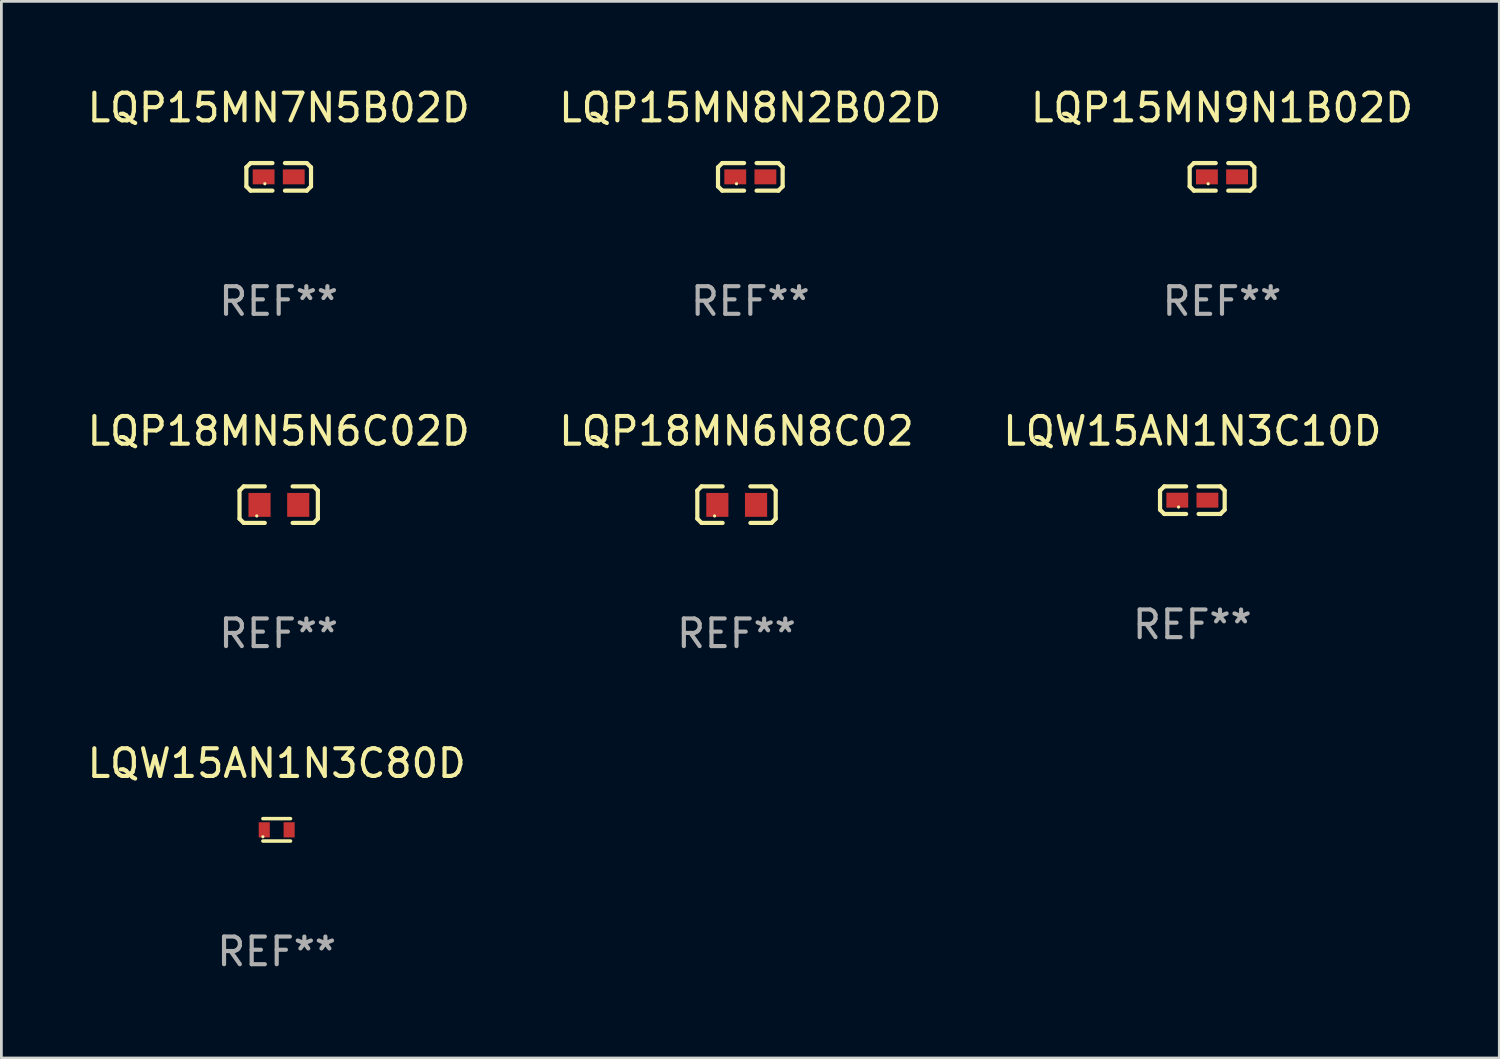
<source format=kicad_pcb>
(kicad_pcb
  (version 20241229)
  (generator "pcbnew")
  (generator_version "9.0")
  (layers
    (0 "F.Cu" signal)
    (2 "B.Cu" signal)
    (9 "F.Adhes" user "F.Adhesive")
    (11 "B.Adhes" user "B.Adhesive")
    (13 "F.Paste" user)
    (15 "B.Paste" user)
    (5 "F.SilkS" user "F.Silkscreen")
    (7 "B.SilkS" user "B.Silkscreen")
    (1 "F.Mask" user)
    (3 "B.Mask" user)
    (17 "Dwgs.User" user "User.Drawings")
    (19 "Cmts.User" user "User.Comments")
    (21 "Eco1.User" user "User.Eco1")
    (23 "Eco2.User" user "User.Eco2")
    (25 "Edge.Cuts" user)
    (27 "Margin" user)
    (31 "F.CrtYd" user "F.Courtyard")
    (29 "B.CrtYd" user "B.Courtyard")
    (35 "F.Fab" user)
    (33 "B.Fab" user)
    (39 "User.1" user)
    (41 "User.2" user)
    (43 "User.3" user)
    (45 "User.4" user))
  (footprint "LQP15MN7N5B02D"
    (layer "F.Cu")
    (at 7.03 3.347)
    (property "Reference" "LQP15MN7N5B02D" (at 0 -2.499 0) (layer "F.SilkS") (effects (font (size 1 1) (thickness 0.15))))
    (attr through_hole)
    (fp_line (start -1.169 -0.346) (end -1.016 -0.499) (stroke (width 0.152) (type solid)) (layer "F.SilkS"))
    (fp_line (start -1.169 0.346) (end -1.169 -0.346) (stroke (width 0.152) (type solid)) (layer "F.SilkS"))
    (fp_line (start -1.016 -0.499) (end -0.226 -0.499) (stroke (width 0.152) (type solid)) (layer "F.SilkS"))
    (fp_line (start -1.016 0.499) (end -1.169 0.346) (stroke (width 0.152) (type solid)) (layer "F.SilkS"))
    (fp_line (start -0.226 0.499) (end -1.016 0.499) (stroke (width 0.152) (type solid)) (layer "F.SilkS"))
    (fp_line (start 0.226 0.499) (end 1.016 0.499) (stroke (width 0.152) (type solid)) (layer "F.SilkS"))
    (fp_line (start 1.016 -0.499) (end 0.226 -0.499) (stroke (width 0.152) (type solid)) (layer "F.SilkS"))
    (fp_line (start 1.016 0.499) (end 1.169 0.346) (stroke (width 0.152) (type solid)) (layer "F.SilkS"))
    (fp_line (start 1.169 -0.346) (end 1.016 -0.499) (stroke (width 0.152) (type solid)) (layer "F.SilkS"))
    (fp_line (start 1.169 0.346) (end 1.169 -0.346) (stroke (width 0.152) (type solid)) (layer "F.SilkS"))
    (fp_circle (center -0.5 0.25) (end -0.47 0.25) (stroke (width 0.06) (type solid)) (fill no) (layer "F.SilkS"))
    (fp_text user "REF**" (at 0 4.499 0) (layer "F.Fab") (effects (font (size 1 1) (thickness 0.15))))
    (pad "1" smd rect (at -0.545 0) (size 0.79 0.54) (layers "F.Cu" "F.Mask" "F.Paste"))
    (pad "2" smd rect (at 0.545 0) (size 0.79 0.54) (layers "F.Cu" "F.Mask" "F.Paste")))
  (footprint "LQP15MN8N2B02D"
    (layer "F.Cu")
    (at 24.089 3.347)
    (property "Reference" "LQP15MN8N2B02D" (at 0 -2.499 0) (layer "F.SilkS") (effects (font (size 1 1) (thickness 0.15))))
    (attr through_hole)
    (fp_line (start -1.169 -0.346) (end -1.016 -0.499) (stroke (width 0.152) (type solid)) (layer "F.SilkS"))
    (fp_line (start -1.169 0.346) (end -1.169 -0.346) (stroke (width 0.152) (type solid)) (layer "F.SilkS"))
    (fp_line (start -1.016 -0.499) (end -0.226 -0.499) (stroke (width 0.152) (type solid)) (layer "F.SilkS"))
    (fp_line (start -1.016 0.499) (end -1.169 0.346) (stroke (width 0.152) (type solid)) (layer "F.SilkS"))
    (fp_line (start -0.226 0.499) (end -1.016 0.499) (stroke (width 0.152) (type solid)) (layer "F.SilkS"))
    (fp_line (start 0.226 0.499) (end 1.016 0.499) (stroke (width 0.152) (type solid)) (layer "F.SilkS"))
    (fp_line (start 1.016 -0.499) (end 0.226 -0.499) (stroke (width 0.152) (type solid)) (layer "F.SilkS"))
    (fp_line (start 1.016 0.499) (end 1.169 0.346) (stroke (width 0.152) (type solid)) (layer "F.SilkS"))
    (fp_line (start 1.169 -0.346) (end 1.016 -0.499) (stroke (width 0.152) (type solid)) (layer "F.SilkS"))
    (fp_line (start 1.169 0.346) (end 1.169 -0.346) (stroke (width 0.152) (type solid)) (layer "F.SilkS"))
    (fp_circle (center -0.5 0.25) (end -0.47 0.25) (stroke (width 0.06) (type solid)) (fill no) (layer "F.SilkS"))
    (fp_text user "REF**" (at 0 4.499 0) (layer "F.Fab") (effects (font (size 1 1) (thickness 0.15))))
    (pad "1" smd rect (at -0.545 0) (size 0.79 0.54) (layers "F.Cu" "F.Mask" "F.Paste"))
    (pad "2" smd rect (at 0.545 0) (size 0.79 0.54) (layers "F.Cu" "F.Mask" "F.Paste")))
  (footprint "LQW15AN1N3C10D"
    (layer "F.Cu")
    (at 40.077 15.041)
    (property "Reference" "LQW15AN1N3C10D" (at 0 -2.499 0) (layer "F.SilkS") (effects (font (size 1 1) (thickness 0.15))))
    (attr through_hole)
    (fp_line (start -1.169 -0.346) (end -1.016 -0.499) (stroke (width 0.152) (type solid)) (layer "F.SilkS"))
    (fp_line (start -1.169 0.346) (end -1.169 -0.346) (stroke (width 0.152) (type solid)) (layer "F.SilkS"))
    (fp_line (start -1.016 -0.499) (end -0.226 -0.499) (stroke (width 0.152) (type solid)) (layer "F.SilkS"))
    (fp_line (start -1.016 0.499) (end -1.169 0.346) (stroke (width 0.152) (type solid)) (layer "F.SilkS"))
    (fp_line (start -0.226 0.499) (end -1.016 0.499) (stroke (width 0.152) (type solid)) (layer "F.SilkS"))
    (fp_line (start 0.226 0.499) (end 1.016 0.499) (stroke (width 0.152) (type solid)) (layer "F.SilkS"))
    (fp_line (start 1.016 -0.499) (end 0.226 -0.499) (stroke (width 0.152) (type solid)) (layer "F.SilkS"))
    (fp_line (start 1.016 0.499) (end 1.169 0.346) (stroke (width 0.152) (type solid)) (layer "F.SilkS"))
    (fp_line (start 1.169 -0.346) (end 1.016 -0.499) (stroke (width 0.152) (type solid)) (layer "F.SilkS"))
    (fp_line (start 1.169 0.346) (end 1.169 -0.346) (stroke (width 0.152) (type solid)) (layer "F.SilkS"))
    (fp_circle (center -0.5 0.25) (end -0.47 0.25) (stroke (width 0.06) (type solid)) (fill no) (layer "F.SilkS"))
    (fp_text user "REF**" (at 0 4.499 0) (layer "F.Fab") (effects (font (size 1 1) (thickness 0.15))))
    (pad "1" smd rect (at -0.545 0) (size 0.79 0.54) (layers "F.Cu" "F.Mask" "F.Paste"))
    (pad "2" smd rect (at 0.545 0) (size 0.79 0.54) (layers "F.Cu" "F.Mask" "F.Paste")))
  (footprint "LQP18MN5N6C02D"
    (layer "F.Cu")
    (at 7.03 15.203)
    (property "Reference" "LQP18MN5N6C02D" (at 0 -2.661 0) (layer "F.SilkS") (effects (font (size 1 1) (thickness 0.15))))
    (attr through_hole)
    (fp_line (start -1.417 -0.508) (end -1.265 -0.661) (stroke (width 0.152) (type solid)) (layer "F.SilkS"))
    (fp_line (start -1.417 0.508) (end -1.417 -0.508) (stroke (width 0.152) (type solid)) (layer "F.SilkS"))
    (fp_line (start -1.265 -0.661) (end -0.503 -0.661) (stroke (width 0.152) (type solid)) (layer "F.SilkS"))
    (fp_line (start -1.265 0.661) (end -1.417 0.508) (stroke (width 0.152) (type solid)) (layer "F.SilkS"))
    (fp_line (start -1.265 0.661) (end -0.503 0.661) (stroke (width 0.152) (type solid)) (layer "F.SilkS"))
    (fp_line (start 1.265 -0.661) (end 0.503 -0.661) (stroke (width 0.152) (type solid)) (layer "F.SilkS"))
    (fp_line (start 1.265 -0.661) (end 1.417 -0.508) (stroke (width 0.152) (type solid)) (layer "F.SilkS"))
    (fp_line (start 1.265 0.661) (end 0.503 0.661) (stroke (width 0.152) (type solid)) (layer "F.SilkS"))
    (fp_line (start 1.417 -0.508) (end 1.417 0.508) (stroke (width 0.152) (type solid)) (layer "F.SilkS"))
    (fp_line (start 1.417 0.508) (end 1.265 0.661) (stroke (width 0.152) (type solid)) (layer "F.SilkS"))
    (fp_circle (center -0.793 0.409) (end -0.763 0.409) (stroke (width 0.06) (type solid)) (fill no) (layer "F.SilkS"))
    (fp_text user "REF**" (at 0 4.661 0) (layer "F.Fab") (effects (font (size 1 1) (thickness 0.15))))
    (pad "1" smd rect (at -0.693 0.009 180) (size 0.8 0.864) (layers "F.Cu" "F.Mask" "F.Paste"))
    (pad "2" smd rect (at 0.707 0.009 180) (size 0.8 0.864) (layers "F.Cu" "F.Mask" "F.Paste")))
  (footprint "LQW15AN1N3C80D"
    (layer "F.Cu")
    (at 6.958 26.965)
    (property "Reference" "LQW15AN1N3C80D" (at 0 -2.405 0) (layer "F.SilkS") (effects (font (size 1 1) (thickness 0.15))))
    (attr through_hole)
    (fp_line (start -0.5 -0.405) (end 0.5 -0.405) (stroke (width 0.127) (type solid)) (layer "F.SilkS"))
    (fp_line (start -0.5 0.405) (end 0.5 0.405) (stroke (width 0.127) (type solid)) (layer "F.SilkS"))
    (fp_circle (center -0.5 0.25) (end -0.47 0.25) (stroke (width 0.06) (type solid)) (fill no) (layer "F.SilkS"))
    (fp_text user "REF**" (at 0 4.405 0) (layer "F.Fab") (effects (font (size 1 1) (thickness 0.15))))
    (pad "1" smd rect (at -0.45 0 90) (size 0.55 0.4) (layers "F.Cu" "F.Mask" "F.Paste"))
    (pad "2" smd rect (at 0.45 0 90) (size 0.55 0.4) (layers "F.Cu" "F.Mask" "F.Paste")))
  (footprint "LQP18MN6N8C02"
    (layer "F.Cu")
    (at 23.589 15.203)
    (property "Reference" "LQP18MN6N8C02" (at 0 -2.661 0) (layer "F.SilkS") (effects (font (size 1 1) (thickness 0.15))))
    (attr through_hole)
    (fp_line (start -1.417 -0.508) (end -1.265 -0.661) (stroke (width 0.152) (type solid)) (layer "F.SilkS"))
    (fp_line (start -1.417 0.508) (end -1.417 -0.508) (stroke (width 0.152) (type solid)) (layer "F.SilkS"))
    (fp_line (start -1.265 -0.661) (end -0.503 -0.661) (stroke (width 0.152) (type solid)) (layer "F.SilkS"))
    (fp_line (start -1.265 0.661) (end -1.417 0.508) (stroke (width 0.152) (type solid)) (layer "F.SilkS"))
    (fp_line (start -1.265 0.661) (end -0.503 0.661) (stroke (width 0.152) (type solid)) (layer "F.SilkS"))
    (fp_line (start 1.265 -0.661) (end 0.503 -0.661) (stroke (width 0.152) (type solid)) (layer "F.SilkS"))
    (fp_line (start 1.265 -0.661) (end 1.417 -0.508) (stroke (width 0.152) (type solid)) (layer "F.SilkS"))
    (fp_line (start 1.265 0.661) (end 0.503 0.661) (stroke (width 0.152) (type solid)) (layer "F.SilkS"))
    (fp_line (start 1.417 -0.508) (end 1.417 0.508) (stroke (width 0.152) (type solid)) (layer "F.SilkS"))
    (fp_line (start 1.417 0.508) (end 1.265 0.661) (stroke (width 0.152) (type solid)) (layer "F.SilkS"))
    (fp_circle (center -0.793 0.409) (end -0.763 0.409) (stroke (width 0.06) (type solid)) (fill no) (layer "F.SilkS"))
    (fp_text user "REF**" (at 0 4.661 0) (layer "F.Fab") (effects (font (size 1 1) (thickness 0.15))))
    (pad "1" smd rect (at -0.693 0.009 180) (size 0.8 0.864) (layers "F.Cu" "F.Mask" "F.Paste"))
    (pad "2" smd rect (at 0.707 0.009 180) (size 0.8 0.864) (layers "F.Cu" "F.Mask" "F.Paste")))
  (footprint "LQP15MN9N1B02D"
    (layer "F.Cu")
    (at 41.149 3.347)
    (property "Reference" "LQP15MN9N1B02D" (at 0 -2.499 0) (layer "F.SilkS") (effects (font (size 1 1) (thickness 0.15))))
    (attr through_hole)
    (fp_line (start -1.169 -0.346) (end -1.016 -0.499) (stroke (width 0.152) (type solid)) (layer "F.SilkS"))
    (fp_line (start -1.169 0.346) (end -1.169 -0.346) (stroke (width 0.152) (type solid)) (layer "F.SilkS"))
    (fp_line (start -1.016 -0.499) (end -0.226 -0.499) (stroke (width 0.152) (type solid)) (layer "F.SilkS"))
    (fp_line (start -1.016 0.499) (end -1.169 0.346) (stroke (width 0.152) (type solid)) (layer "F.SilkS"))
    (fp_line (start -0.226 0.499) (end -1.016 0.499) (stroke (width 0.152) (type solid)) (layer "F.SilkS"))
    (fp_line (start 0.226 0.499) (end 1.016 0.499) (stroke (width 0.152) (type solid)) (layer "F.SilkS"))
    (fp_line (start 1.016 -0.499) (end 0.226 -0.499) (stroke (width 0.152) (type solid)) (layer "F.SilkS"))
    (fp_line (start 1.016 0.499) (end 1.169 0.346) (stroke (width 0.152) (type solid)) (layer "F.SilkS"))
    (fp_line (start 1.169 -0.346) (end 1.016 -0.499) (stroke (width 0.152) (type solid)) (layer "F.SilkS"))
    (fp_line (start 1.169 0.346) (end 1.169 -0.346) (stroke (width 0.152) (type solid)) (layer "F.SilkS"))
    (fp_circle (center -0.5 0.25) (end -0.47 0.25) (stroke (width 0.06) (type solid)) (fill no) (layer "F.SilkS"))
    (fp_text user "REF**" (at 0 4.499 0) (layer "F.Fab") (effects (font (size 1 1) (thickness 0.15))))
    (pad "1" smd rect (at -0.545 0) (size 0.79 0.54) (layers "F.Cu" "F.Mask" "F.Paste"))
    (pad "2" smd rect (at 0.545 0) (size 0.79 0.54) (layers "F.Cu" "F.Mask" "F.Paste")))
  (gr_rect
    (start -3 -3)
    (end 51.179 35.218)
    (stroke (width 0.1) (type default))
    (fill no)
    (layer "Edge.Cuts")))
</source>
